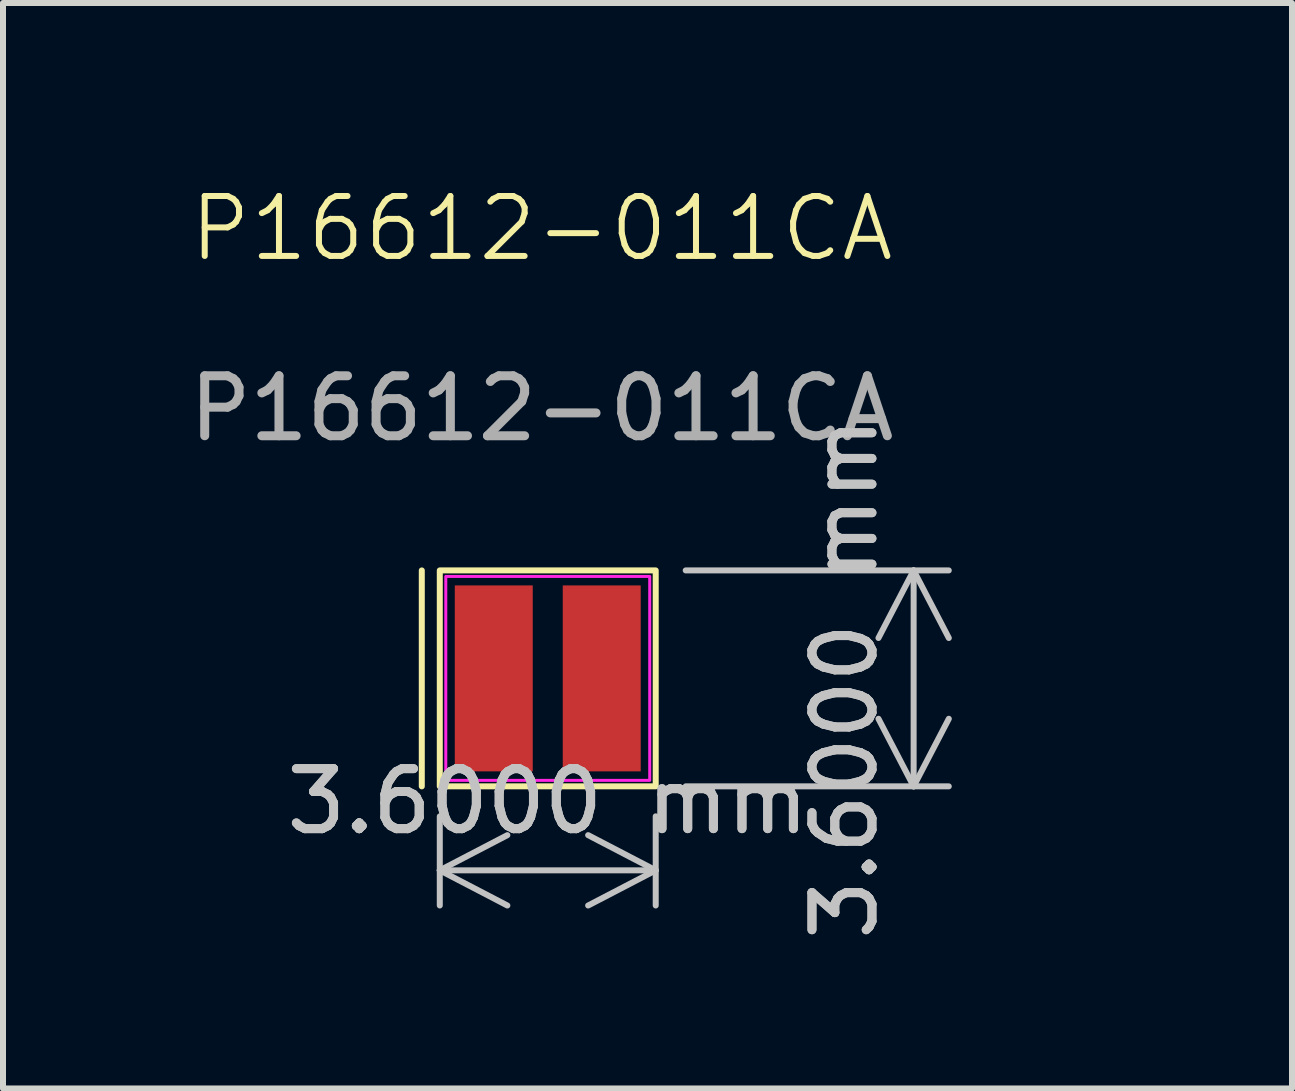
<source format=kicad_pcb>
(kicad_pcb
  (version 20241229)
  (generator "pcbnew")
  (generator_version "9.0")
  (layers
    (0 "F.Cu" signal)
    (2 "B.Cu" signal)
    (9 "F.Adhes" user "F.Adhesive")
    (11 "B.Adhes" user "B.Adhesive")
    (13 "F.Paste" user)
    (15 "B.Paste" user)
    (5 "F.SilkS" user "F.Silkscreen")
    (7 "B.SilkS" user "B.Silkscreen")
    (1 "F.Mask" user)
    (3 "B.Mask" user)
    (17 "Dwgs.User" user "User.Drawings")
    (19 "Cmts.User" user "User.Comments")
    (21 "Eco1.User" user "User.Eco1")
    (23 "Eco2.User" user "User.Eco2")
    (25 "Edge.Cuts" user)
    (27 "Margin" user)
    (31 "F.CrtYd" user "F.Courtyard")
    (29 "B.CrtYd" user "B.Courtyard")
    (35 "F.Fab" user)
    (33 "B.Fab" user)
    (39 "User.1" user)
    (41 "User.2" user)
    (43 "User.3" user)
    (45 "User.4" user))
  (footprint "P16612-011CA"
    (layer "F.Cu")
    (at 5.982 1.26)
    (property "Reference" "P16612-011CA" (at 0 -0.5 0) (unlocked yes) (layer "F.SilkS") (effects (font (size 1 1) (thickness 0.1))))
    (attr smd)
    (fp_line (start -2 5.2) (end -2 8.8) (stroke (width 0.1) (type default)) (layer "F.SilkS"))
    (fp_rect (start -1.7 5.2) (end 1.9 8.8) (stroke (width 0.1) (type default)) (fill no) (layer "F.SilkS"))
    (fp_rect (start -1.6 5.3) (end 1.8 8.7) (stroke (width 0.05) (type default)) (fill no) (layer "F.CrtYd"))
    (fp_text user "${REFERENCE}" (at 0 2.5 0) (unlocked yes) (layer "F.Fab") (effects (font (size 1 1) (thickness 0.15))))
    (dimension (type aligned) (layer "Dwgs.User") (pts (xy 7.882 6.46) (xy 7.882 10.06)) (height -4.3) (format (prefix "") (suffix "") (units 3) (units_format 1) (precision 4)) (style (thickness 0.1) (arrow_length 1.27) (text_position_mode 0) (arrow_direction outward) (extension_height 0.586) (extension_offset 0.5) (keep_text_aligned yes)) (gr_text "3.6000 mm" (at 11.032 8.261 90) (layer "Dwgs.User") (effects (font (size 1 1) (thickness 0.15)))))
    (dimension (type aligned) (layer "Dwgs.User") (pts (xy 4.282 10.06) (xy 7.882 10.06)) (height 1.4) (format (prefix "") (suffix "") (units 3) (units_format 1) (precision 4)) (style (thickness 0.1) (arrow_length 1.27) (text_position_mode 0) (arrow_direction outward) (extension_height 0.586) (extension_offset 0.5) (keep_text_aligned yes)) (gr_text "3.6000 mm" (at 6.082 10.31 0) (layer "Dwgs.User") (effects (font (size 1 1) (thickness 0.15)))))
    (pad "1" smd rect (at -0.8 7) (size 1.3 3.1) (layers "F.Cu" "F.Mask" "F.Paste"))
    (pad "2" smd rect (at 1 7) (size 1.3 3.1) (layers "F.Cu" "F.Mask" "F.Paste")))
  (gr_rect
    (start -3 -3)
    (end 18.49 15.097)
    (stroke (width 0.1) (type default))
    (fill no)
    (layer "Edge.Cuts")))
</source>
